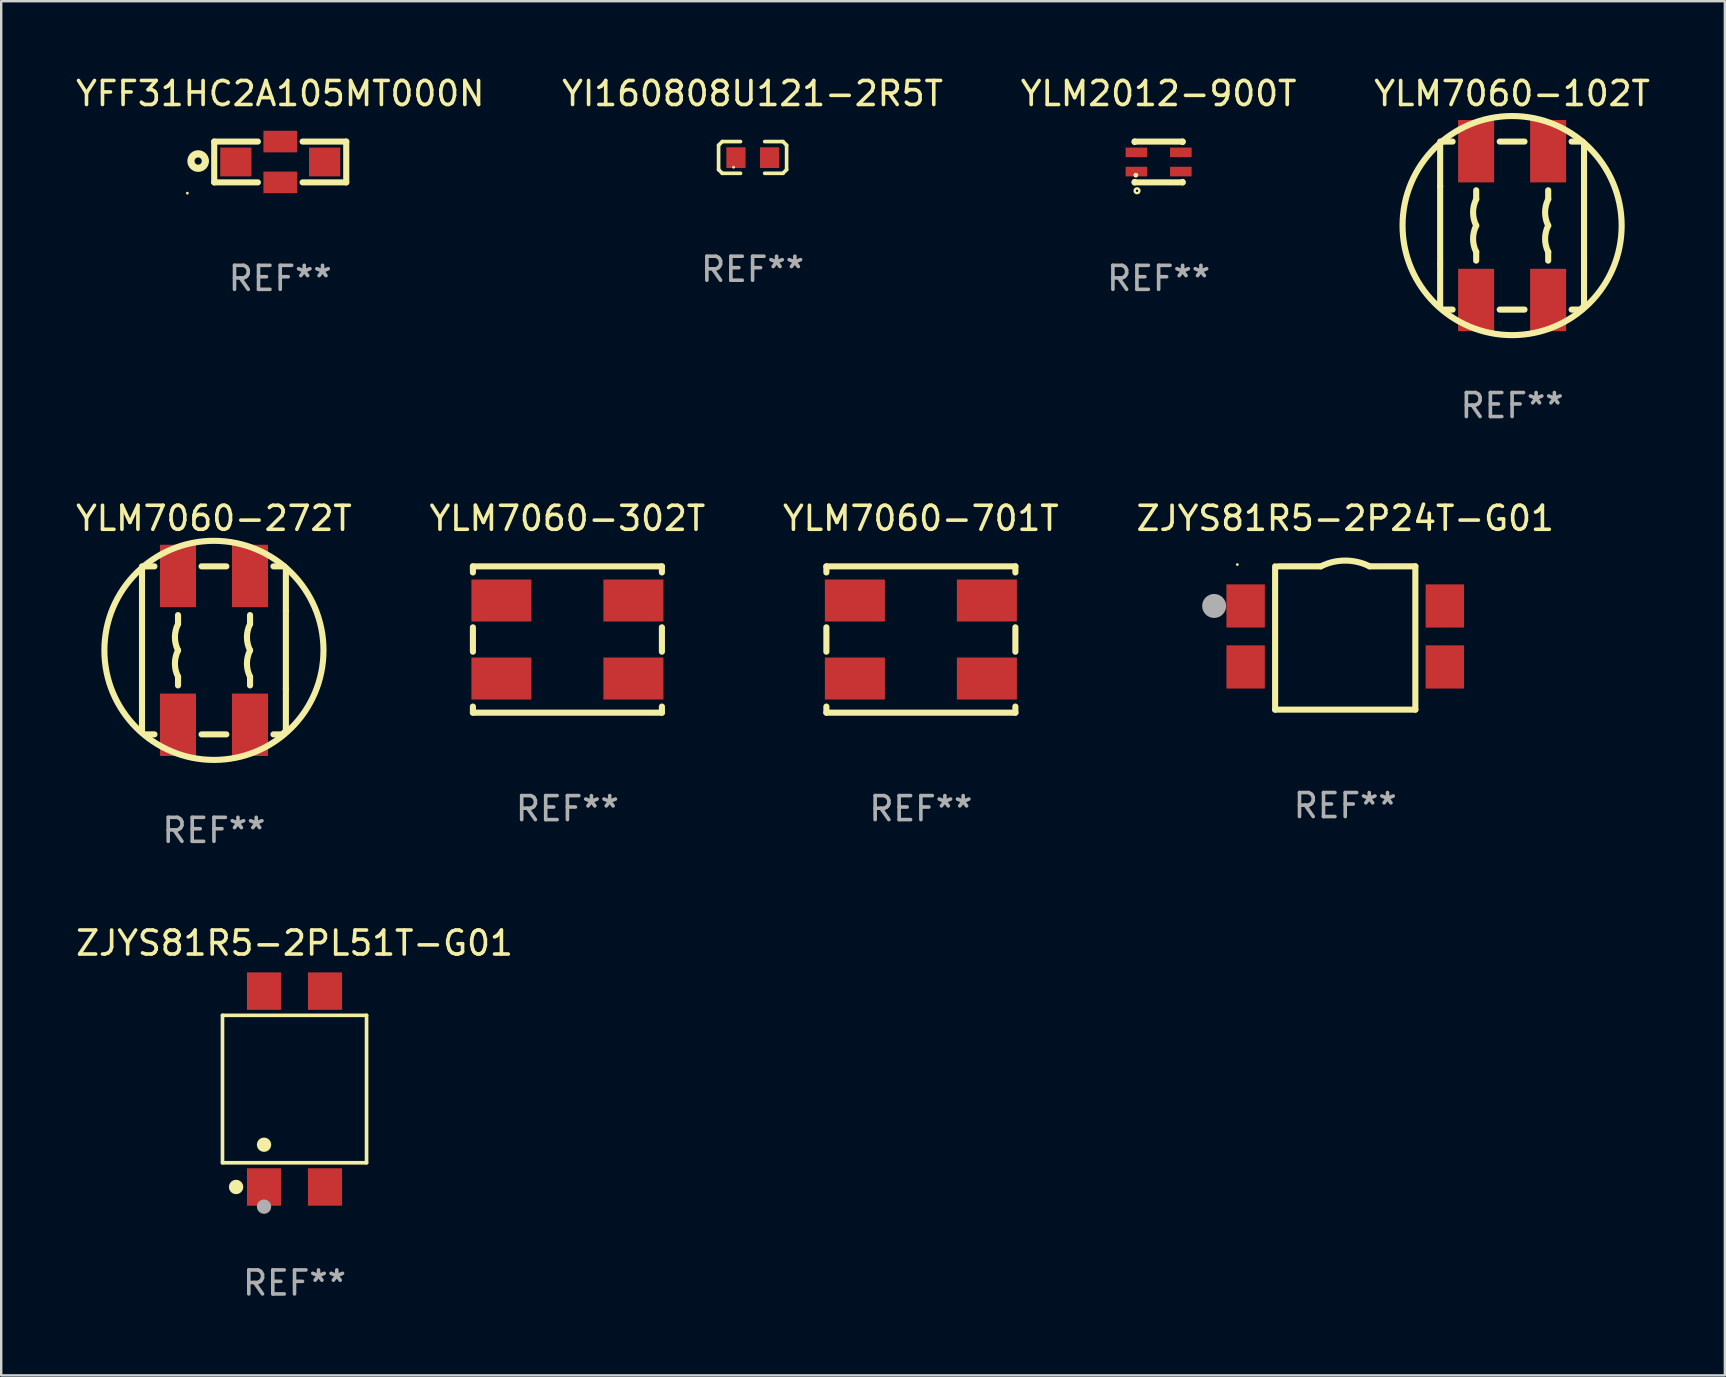
<source format=kicad_pcb>
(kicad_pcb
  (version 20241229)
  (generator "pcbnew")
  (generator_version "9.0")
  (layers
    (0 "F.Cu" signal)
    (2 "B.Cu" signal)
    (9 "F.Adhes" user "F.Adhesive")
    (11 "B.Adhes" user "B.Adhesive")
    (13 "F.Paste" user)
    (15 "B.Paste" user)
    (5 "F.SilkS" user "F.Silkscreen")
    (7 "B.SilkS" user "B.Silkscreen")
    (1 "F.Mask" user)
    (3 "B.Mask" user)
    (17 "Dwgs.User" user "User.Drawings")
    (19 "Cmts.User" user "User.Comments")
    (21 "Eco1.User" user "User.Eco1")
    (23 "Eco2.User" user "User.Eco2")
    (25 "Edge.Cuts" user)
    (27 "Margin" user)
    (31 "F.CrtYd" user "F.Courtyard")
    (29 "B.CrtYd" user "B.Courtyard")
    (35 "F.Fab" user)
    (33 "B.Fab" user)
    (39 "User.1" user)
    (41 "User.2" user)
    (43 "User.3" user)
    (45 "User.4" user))
  (footprint "YLM7060-701T"
    (layer "F.Cu")
    (at 35.315 23.593)
    (property "Reference" "YLM7060-701T" (at 0 -5.048 0) (layer "F.SilkS") (effects (font (size 1 1) (thickness 0.15))))
    (attr through_hole)
    (fp_line (start -3.937 -3.048) (end -3.937 -2.794) (stroke (width 0.254) (type solid)) (layer "F.SilkS"))
    (fp_line (start -3.937 -0.508) (end -3.937 0.508) (stroke (width 0.254) (type solid)) (layer "F.SilkS"))
    (fp_line (start -3.937 3.048) (end -3.937 2.794) (stroke (width 0.254) (type solid)) (layer "F.SilkS"))
    (fp_line (start 3.937 -3.048) (end -3.937 -3.048) (stroke (width 0.254) (type solid)) (layer "F.SilkS"))
    (fp_line (start 3.937 -2.794) (end 3.937 -3.048) (stroke (width 0.254) (type solid)) (layer "F.SilkS"))
    (fp_line (start 3.937 -0.508) (end 3.937 0.508) (stroke (width 0.254) (type solid)) (layer "F.SilkS"))
    (fp_line (start 3.937 2.794) (end 3.937 3.048) (stroke (width 0.254) (type solid)) (layer "F.SilkS"))
    (fp_line (start 3.937 3.048) (end -3.937 3.048) (stroke (width 0.254) (type solid)) (layer "F.SilkS"))
    (fp_circle (center -3.501 -3) (end -3.471 -3) (stroke (width 0.06) (type solid)) (fill no) (layer "F.SilkS"))
    (fp_text user "REF**" (at 0 7.048 0) (layer "F.Fab") (effects (font (size 1 1) (thickness 0.15))))
    (pad "1" smd rect (at -2.75 -1.625) (size 2.5 1.75) (layers "F.Cu" "F.Mask" "F.Paste"))
    (pad "2" smd rect (at -2.75 1.625) (size 2.5 1.75) (layers "F.Cu" "F.Mask" "F.Paste"))
    (pad "3" smd rect (at 2.75 1.625) (size 2.5 1.75) (layers "F.Cu" "F.Mask" "F.Paste"))
    (pad "4" smd rect (at 2.75 -1.625) (size 2.5 1.75) (layers "F.Cu" "F.Mask" "F.Paste")))
  (footprint "ZJYS81R5-2PL51T-G01"
    (layer "F.Cu")
    (at 9.22 42.321)
    (property "Reference" "ZJYS81R5-2PL51T-G01" (at 0 -6.08 0) (layer "F.SilkS") (effects (font (size 1 1) (thickness 0.15))))
    (attr through_hole)
    (fp_line (start -3.001 -3.071) (end 3.001 -3.071) (stroke (width 0.152) (type solid)) (layer "F.SilkS"))
    (fp_line (start -3.001 3.071) (end -3.001 -3.071) (stroke (width 0.152) (type solid)) (layer "F.SilkS"))
    (fp_line (start 3.001 -3.071) (end 3.001 3.071) (stroke (width 0.152) (type solid)) (layer "F.SilkS"))
    (fp_line (start 3.001 3.071) (end -3.001 3.071) (stroke (width 0.152) (type solid)) (layer "F.SilkS"))
    (fp_circle (center -2.434 4.08) (end -2.283 4.08) (stroke (width 0.3) (type solid)) (fill no) (layer "F.SilkS"))
    (fp_circle (center -1.27 2.319) (end -1.12 2.319) (stroke (width 0.3) (type solid)) (fill no) (layer "F.SilkS"))
    (fp_circle (center -1.27 4.9) (end -1.12 4.9) (stroke (width 0.3) (type solid)) (fill no) (layer "F.Fab"))
    (fp_text user "REF**" (at 0 8.08 0) (layer "F.Fab") (effects (font (size 1 1) (thickness 0.15))))
    (pad "1" smd rect (at -1.27 4.08) (size 1.422 1.56) (layers "F.Cu" "F.Mask" "F.Paste"))
    (pad "2" smd rect (at 1.27 4.08) (size 1.422 1.56) (layers "F.Cu" "F.Mask" "F.Paste"))
    (pad "3" smd rect (at 1.27 -4.08) (size 1.422 1.56) (layers "F.Cu" "F.Mask" "F.Paste"))
    (pad "4" smd rect (at -1.27 -4.08) (size 1.422 1.56) (layers "F.Cu" "F.Mask" "F.Paste")))
  (footprint "YLM7060-302T"
    (layer "F.Cu")
    (at 20.589 23.593)
    (property "Reference" "YLM7060-302T" (at 0 -5.048 0) (layer "F.SilkS") (effects (font (size 1 1) (thickness 0.15))))
    (attr through_hole)
    (fp_line (start -3.937 -3.048) (end -3.937 -2.794) (stroke (width 0.254) (type solid)) (layer "F.SilkS"))
    (fp_line (start -3.937 -0.508) (end -3.937 0.508) (stroke (width 0.254) (type solid)) (layer "F.SilkS"))
    (fp_line (start -3.937 3.048) (end -3.937 2.794) (stroke (width 0.254) (type solid)) (layer "F.SilkS"))
    (fp_line (start 3.937 -3.048) (end -3.937 -3.048) (stroke (width 0.254) (type solid)) (layer "F.SilkS"))
    (fp_line (start 3.937 -2.794) (end 3.937 -3.048) (stroke (width 0.254) (type solid)) (layer "F.SilkS"))
    (fp_line (start 3.937 -0.508) (end 3.937 0.508) (stroke (width 0.254) (type solid)) (layer "F.SilkS"))
    (fp_line (start 3.937 2.794) (end 3.937 3.048) (stroke (width 0.254) (type solid)) (layer "F.SilkS"))
    (fp_line (start 3.937 3.048) (end -3.937 3.048) (stroke (width 0.254) (type solid)) (layer "F.SilkS"))
    (fp_circle (center -3.501 -3) (end -3.471 -3) (stroke (width 0.06) (type solid)) (fill no) (layer "F.SilkS"))
    (fp_text user "REF**" (at 0 7.048 0) (layer "F.Fab") (effects (font (size 1 1) (thickness 0.15))))
    (pad "1" smd rect (at -2.75 -1.625) (size 2.5 1.75) (layers "F.Cu" "F.Mask" "F.Paste"))
    (pad "2" smd rect (at -2.75 1.625) (size 2.5 1.75) (layers "F.Cu" "F.Mask" "F.Paste"))
    (pad "3" smd rect (at 2.75 1.625) (size 2.5 1.75) (layers "F.Cu" "F.Mask" "F.Paste"))
    (pad "4" smd rect (at 2.75 -1.625) (size 2.5 1.75) (layers "F.Cu" "F.Mask" "F.Paste")))
  (footprint "ZJYS81R5-2P24T-G01"
    (layer "F.Cu")
    (at 52.994 23.529)
    (property "Reference" "ZJYS81R5-2P24T-G01" (at 0 -4.985 0) (layer "F.SilkS") (effects (font (size 1 1) (thickness 0.15))))
    (attr through_hole)
    (fp_line (start -2.921 -2.985) (end -2.921 2.985) (stroke (width 0.254) (type solid)) (layer "F.SilkS"))
    (fp_line (start -2.921 2.985) (end 2.921 2.985) (stroke (width 0.254) (type solid)) (layer "F.SilkS"))
    (fp_line (start -2.794 -2.985) (end -1.016 -2.985) (stroke (width 0.254) (type solid)) (layer "F.SilkS"))
    (fp_line (start 1.016 -2.985) (end 2.921 -2.985) (stroke (width 0.254) (type solid)) (layer "F.SilkS"))
    (fp_line (start 2.921 2.985) (end 2.921 -2.985) (stroke (width 0.254) (type solid)) (layer "F.SilkS"))
    (fp_arc (start -1.015977 -2.984506) (mid 0.000025 -3.224352) (end 1.016027 -2.984506) (stroke (width 0.254001) (type solid)) (layer "F.SilkS"))
    (fp_circle (center -4.495 -3.059) (end -4.465 -3.059) (stroke (width 0.06) (type solid)) (fill no) (layer "F.SilkS"))
    (fp_circle (center -5.461 -1.334) (end -5.211 -1.334) (stroke (width 0.5) (type solid)) (fill no) (layer "F.Fab"))
    (fp_text user "REF**" (at 0 6.985 0) (layer "F.Fab") (effects (font (size 1 1) (thickness 0.15))))
    (pad "1" smd rect (at -4.15 -1.334) (size 1.6 1.8) (layers "F.Cu" "F.Mask" "F.Paste"))
    (pad "2" smd rect (at -4.15 1.207) (size 1.6 1.8) (layers "F.Cu" "F.Mask" "F.Paste"))
    (pad "3" smd rect (at 4.15 1.207) (size 1.6 1.8) (layers "F.Cu" "F.Mask" "F.Paste"))
    (pad "4" smd rect (at 4.15 -1.334) (size 1.6 1.8) (layers "F.Cu" "F.Mask" "F.Paste")))
  (footprint "YFF31HC2A105MT000N"
    (layer "F.Cu")
    (at 8.625 3.698)
    (property "Reference" "YFF31HC2A105MT000N" (at 0 -2.85 0) (layer "F.SilkS") (effects (font (size 1 1) (thickness 0.15))))
    (attr through_hole)
    (fp_line (start -2.75 -0.85) (end -0.931 -0.85) (stroke (width 0.254) (type solid)) (layer "F.SilkS"))
    (fp_line (start -2.75 0.85) (end -2.75 -0.85) (stroke (width 0.254) (type solid)) (layer "F.SilkS"))
    (fp_line (start -0.931 0.85) (end -2.75 0.85) (stroke (width 0.254) (type solid)) (layer "F.SilkS"))
    (fp_line (start 0.931 -0.85) (end 2.75 -0.85) (stroke (width 0.254) (type solid)) (layer "F.SilkS"))
    (fp_line (start 2.75 -0.85) (end 2.75 0.85) (stroke (width 0.254) (type solid)) (layer "F.SilkS"))
    (fp_line (start 2.75 0.85) (end 0.931 0.85) (stroke (width 0.254) (type solid)) (layer "F.SilkS"))
    (fp_circle (center -3.87 1.3) (end -3.84 1.3) (stroke (width 0.06) (type solid)) (fill no) (layer "F.SilkS"))
    (fp_circle (center -3.419 -0.038) (end -3.118 -0.038) (stroke (width 0.3) (type solid)) (fill no) (layer "F.SilkS"))
    (fp_text user "REF**" (at 0 4.85 0) (layer "F.Fab") (effects (font (size 1 1) (thickness 0.15))))
    (pad "1" smd rect (at -1.85 0.000013) (size 1.3 1.2) (layers "F.Cu" "F.Mask" "F.Paste"))
    (pad "2" smd rect (at -0.000127 0.85) (size 1.4 0.9) (layers "F.Cu" "F.Mask" "F.Paste"))
    (pad "3" smd rect (at 1.85 0.000013) (size 1.3 1.2) (layers "F.Cu" "F.Mask" "F.Paste"))
    (pad "4" smd rect (at -0.000127 -0.85) (size 1.4 0.9) (layers "F.Cu" "F.Mask" "F.Paste")))
  (footprint "YI160808U121-2R5T"
    (layer "F.Cu")
    (at 28.304 3.509)
    (property "Reference" "YI160808U121-2R5T" (at 0 -2.661 0) (layer "F.SilkS") (effects (font (size 1 1) (thickness 0.15))))
    (attr through_hole)
    (fp_line (start -1.417 -0.508) (end -1.265 -0.661) (stroke (width 0.152) (type solid)) (layer "F.SilkS"))
    (fp_line (start -1.417 0.508) (end -1.417 -0.508) (stroke (width 0.152) (type solid)) (layer "F.SilkS"))
    (fp_line (start -1.265 -0.661) (end -0.503 -0.661) (stroke (width 0.152) (type solid)) (layer "F.SilkS"))
    (fp_line (start -1.265 0.661) (end -1.417 0.508) (stroke (width 0.152) (type solid)) (layer "F.SilkS"))
    (fp_line (start -1.265 0.661) (end -0.503 0.661) (stroke (width 0.152) (type solid)) (layer "F.SilkS"))
    (fp_line (start 1.265 -0.661) (end 0.503 -0.661) (stroke (width 0.152) (type solid)) (layer "F.SilkS"))
    (fp_line (start 1.265 -0.661) (end 1.417 -0.508) (stroke (width 0.152) (type solid)) (layer "F.SilkS"))
    (fp_line (start 1.265 0.661) (end 0.503 0.661) (stroke (width 0.152) (type solid)) (layer "F.SilkS"))
    (fp_line (start 1.417 -0.508) (end 1.417 0.508) (stroke (width 0.152) (type solid)) (layer "F.SilkS"))
    (fp_line (start 1.417 0.508) (end 1.265 0.661) (stroke (width 0.152) (type solid)) (layer "F.SilkS"))
    (fp_circle (center -0.793 0.409) (end -0.763 0.409) (stroke (width 0.06) (type solid)) (fill no) (layer "F.SilkS"))
    (fp_text user "REF**" (at 0 4.661 0) (layer "F.Fab") (effects (font (size 1 1) (thickness 0.15))))
    (pad "1" smd rect (at -0.693 0.009 180) (size 0.8 0.864) (layers "F.Cu" "F.Mask" "F.Paste"))
    (pad "2" smd rect (at 0.707 0.009 180) (size 0.8 0.864) (layers "F.Cu" "F.Mask" "F.Paste")))
  (footprint "YLM7060-272T"
    (layer "F.Cu")
    (at 5.863 24.045)
    (property "Reference" "YLM7060-272T" (at 0 -5.5 0) (layer "F.SilkS") (effects (font (size 1 1) (thickness 0.15))))
    (attr through_hole)
    (fp_line (start -2.997 -1.651) (end -2.997 -3.378) (stroke (width 0.254) (type solid)) (layer "F.SilkS"))
    (fp_line (start -2.997 1.6) (end -2.997 -1.651) (stroke (width 0.254) (type solid)) (layer "F.SilkS"))
    (fp_line (start -2.997 3.378) (end -2.997 1.6) (stroke (width 0.254) (type solid)) (layer "F.SilkS"))
    (fp_line (start -2.888 3.5) (end -2.479 3.5) (stroke (width 0.254) (type solid)) (layer "F.SilkS"))
    (fp_line (start -2.479 -3.5) (end -2.997 -3.5) (stroke (width 0.254) (type solid)) (layer "F.SilkS"))
    (fp_line (start -1.496 1.1) (end -1.496 1.46) (stroke (width 0.254) (type solid)) (layer "F.SilkS"))
    (fp_line (start -1.496 -1.1) (end -1.496 -1.47) (stroke (width 0.254) (type solid)) (layer "F.SilkS"))
    (fp_line (start -0.516 3.5) (end 0.517 3.5) (stroke (width 0.254) (type solid)) (layer "F.SilkS"))
    (fp_line (start 0.517 -3.5) (end -0.516 -3.5) (stroke (width 0.254) (type solid)) (layer "F.SilkS"))
    (fp_line (start 1.504 -1.1) (end 1.504 -1.47) (stroke (width 0.254) (type solid)) (layer "F.SilkS"))
    (fp_line (start 1.504 1.1) (end 1.504 1.46) (stroke (width 0.254) (type solid)) (layer "F.SilkS"))
    (fp_line (start 2.48 3.5) (end 2.888 3.5) (stroke (width 0.254) (type solid)) (layer "F.SilkS"))
    (fp_line (start 2.929 -3.5) (end 2.48 -3.5) (stroke (width 0.254) (type solid)) (layer "F.SilkS"))
    (fp_line (start 2.997 -3.429) (end 2.997 -1.651) (stroke (width 0.254) (type solid)) (layer "F.SilkS"))
    (fp_line (start 2.997 -1.651) (end 2.997 1.6) (stroke (width 0.254) (type solid)) (layer "F.SilkS"))
    (fp_line (start 2.997 1.6) (end 2.997 3.378) (stroke (width 0.254) (type solid)) (layer "F.SilkS"))
    (fp_arc (start -3 -3.3882) (mid -2.96726 -3.46726) (end -2.8882 -3.5) (stroke (width 0.254001) (type solid)) (layer "F.SilkS"))
    (fp_arc (start -1.495632 1.100051) (mid -1.625463 0.550063) (end -1.495631 0.000076) (stroke (width 0.254001) (type solid)) (layer "F.SilkS"))
    (fp_arc (start -1.495631 0) (mid -1.625459 -0.550003) (end -1.495606 -1.1) (stroke (width 0.254001) (type solid)) (layer "F.SilkS"))
    (fp_arc (start 1.504393 1.100051) (mid 1.374562 0.550063) (end 1.504394 0.000076) (stroke (width 0.254001) (type solid)) (layer "F.SilkS"))
    (fp_arc (start 1.504394 0.000025) (mid 1.374562 -0.549962) (end 1.504394 -1.099949) (stroke (width 0.254001) (type solid)) (layer "F.SilkS"))
    (fp_arc (start 2.8882 3.5) (mid 2.92094 3.42094) (end 3 3.3882) (stroke (width 0.254001) (type solid)) (layer "F.SilkS"))
    (fp_arc (start 2.9293 -3.5) (mid -2.929322 3.500022) (end 2.9293 -3.5) (stroke (width 0.254001) (type solid)) (layer "F.SilkS"))
    (fp_circle (center -2.999 3.5) (end -2.969 3.5) (stroke (width 0.06) (type solid)) (fill no) (layer "F.SilkS"))
    (fp_text user "REF**" (at 0 7.5 0) (layer "F.Fab") (effects (font (size 1 1) (thickness 0.15))))
    (pad "1" smd rect (at -1.499 3.1 90) (size 2.6 1.501) (layers "F.Cu" "F.Mask" "F.Paste"))
    (pad "2" smd rect (at 1.501 3.1 90) (size 2.6 1.501) (layers "F.Cu" "F.Mask" "F.Paste"))
    (pad "3" smd rect (at 1.501 -3.1 90) (size 2.6 1.501) (layers "F.Cu" "F.Mask" "F.Paste"))
    (pad "4" smd rect (at -1.499 -3.1 90) (size 2.6 1.501) (layers "F.Cu" "F.Mask" "F.Paste")))
  (footprint "YLM7060-102T"
    (layer "F.Cu")
    (at 59.946 6.348)
    (property "Reference" "YLM7060-102T" (at 0 -5.5 0) (layer "F.SilkS") (effects (font (size 1 1) (thickness 0.15))))
    (attr through_hole)
    (fp_line (start -2.997 -1.651) (end -2.997 -3.378) (stroke (width 0.254) (type solid)) (layer "F.SilkS"))
    (fp_line (start -2.997 1.6) (end -2.997 -1.651) (stroke (width 0.254) (type solid)) (layer "F.SilkS"))
    (fp_line (start -2.997 3.378) (end -2.997 1.6) (stroke (width 0.254) (type solid)) (layer "F.SilkS"))
    (fp_line (start -2.888 3.5) (end -2.479 3.5) (stroke (width 0.254) (type solid)) (layer "F.SilkS"))
    (fp_line (start -2.479 -3.5) (end -2.997 -3.5) (stroke (width 0.254) (type solid)) (layer "F.SilkS"))
    (fp_line (start -1.496 1.1) (end -1.496 1.46) (stroke (width 0.254) (type solid)) (layer "F.SilkS"))
    (fp_line (start -1.496 -1.1) (end -1.496 -1.47) (stroke (width 0.254) (type solid)) (layer "F.SilkS"))
    (fp_line (start -0.516 3.5) (end 0.517 3.5) (stroke (width 0.254) (type solid)) (layer "F.SilkS"))
    (fp_line (start 0.517 -3.5) (end -0.516 -3.5) (stroke (width 0.254) (type solid)) (layer "F.SilkS"))
    (fp_line (start 1.504 -1.1) (end 1.504 -1.47) (stroke (width 0.254) (type solid)) (layer "F.SilkS"))
    (fp_line (start 1.504 1.1) (end 1.504 1.46) (stroke (width 0.254) (type solid)) (layer "F.SilkS"))
    (fp_line (start 2.48 3.5) (end 2.888 3.5) (stroke (width 0.254) (type solid)) (layer "F.SilkS"))
    (fp_line (start 2.929 -3.5) (end 2.48 -3.5) (stroke (width 0.254) (type solid)) (layer "F.SilkS"))
    (fp_line (start 2.997 -3.429) (end 2.997 -1.651) (stroke (width 0.254) (type solid)) (layer "F.SilkS"))
    (fp_line (start 2.997 -1.651) (end 2.997 1.6) (stroke (width 0.254) (type solid)) (layer "F.SilkS"))
    (fp_line (start 2.997 1.6) (end 2.997 3.378) (stroke (width 0.254) (type solid)) (layer "F.SilkS"))
    (fp_arc (start -3 -3.3882) (mid -2.96726 -3.46726) (end -2.8882 -3.5) (stroke (width 0.254001) (type solid)) (layer "F.SilkS"))
    (fp_arc (start -1.495632 1.100051) (mid -1.625463 0.550063) (end -1.495631 0.000076) (stroke (width 0.254001) (type solid)) (layer "F.SilkS"))
    (fp_arc (start -1.495631 0) (mid -1.625459 -0.550003) (end -1.495606 -1.1) (stroke (width 0.254001) (type solid)) (layer "F.SilkS"))
    (fp_arc (start 1.504393 1.100051) (mid 1.374562 0.550063) (end 1.504394 0.000076) (stroke (width 0.254001) (type solid)) (layer "F.SilkS"))
    (fp_arc (start 1.504394 0.000025) (mid 1.374562 -0.549962) (end 1.504394 -1.099949) (stroke (width 0.254001) (type solid)) (layer "F.SilkS"))
    (fp_arc (start 2.8882 3.5) (mid 2.92094 3.42094) (end 3 3.3882) (stroke (width 0.254001) (type solid)) (layer "F.SilkS"))
    (fp_arc (start 2.9293 -3.5) (mid -2.929322 3.500022) (end 2.9293 -3.5) (stroke (width 0.254001) (type solid)) (layer "F.SilkS"))
    (fp_circle (center -2.999 3.5) (end -2.969 3.5) (stroke (width 0.06) (type solid)) (fill no) (layer "F.SilkS"))
    (fp_text user "REF**" (at 0 7.5 0) (layer "F.Fab") (effects (font (size 1 1) (thickness 0.15))))
    (pad "1" smd rect (at -1.499 3.1 90) (size 2.6 1.501) (layers "F.Cu" "F.Mask" "F.Paste"))
    (pad "2" smd rect (at 1.501 3.1 90) (size 2.6 1.501) (layers "F.Cu" "F.Mask" "F.Paste"))
    (pad "3" smd rect (at 1.501 -3.1 90) (size 2.6 1.501) (layers "F.Cu" "F.Mask" "F.Paste"))
    (pad "4" smd rect (at -1.499 -3.1 90) (size 2.6 1.501) (layers "F.Cu" "F.Mask" "F.Paste")))
  (footprint "YLM2012-900T"
    (layer "F.Cu")
    (at 45.22 3.698)
    (property "Reference" "YLM2012-900T" (at 0 -2.85 0) (layer "F.SilkS") (effects (font (size 1 1) (thickness 0.15))))
    (attr through_hole)
    (fp_line (start -1 -0.831) (end -1 -0.85) (stroke (width 0.254) (type solid)) (layer "F.SilkS"))
    (fp_line (start -1 0.85) (end -1 0.831) (stroke (width 0.254) (type solid)) (layer "F.SilkS"))
    (fp_line (start 1 -0.85) (end -1 -0.85) (stroke (width 0.254) (type solid)) (layer "F.SilkS"))
    (fp_line (start 1 -0.831) (end 1 -0.85) (stroke (width 0.254) (type solid)) (layer "F.SilkS"))
    (fp_line (start 1 0.85) (end -1 0.85) (stroke (width 0.254) (type solid)) (layer "F.SilkS"))
    (fp_line (start 1 0.85) (end 1 0.831) (stroke (width 0.254) (type solid)) (layer "F.SilkS"))
    (fp_circle (center -0.95 0.55) (end -0.9 0.55) (stroke (width 0.1) (type solid)) (fill no) (layer "F.SilkS"))
    (fp_circle (center -0.9 1.2) (end -0.8 1.2) (stroke (width 0.1) (type solid)) (fill no) (layer "F.SilkS"))
    (fp_text user "REF**" (at 0 4.85 0) (layer "F.Fab") (effects (font (size 1 1) (thickness 0.15))))
    (pad "1" smd rect (at -0.925 0.4 180) (size 0.9 0.4) (layers "F.Cu" "F.Mask" "F.Paste"))
    (pad "2" smd rect (at 0.925 0.4 180) (size 0.9 0.4) (layers "F.Cu" "F.Mask" "F.Paste"))
    (pad "3" smd rect (at 0.925 -0.4 180) (size 0.9 0.4) (layers "F.Cu" "F.Mask" "F.Paste"))
    (pad "4" smd rect (at -0.925 -0.4 180) (size 0.9 0.4) (layers "F.Cu" "F.Mask" "F.Paste")))
  (gr_rect
    (start -3 -3)
    (end 68.81 54.25)
    (stroke (width 0.1) (type default))
    (fill no)
    (layer "Edge.Cuts")))
</source>
